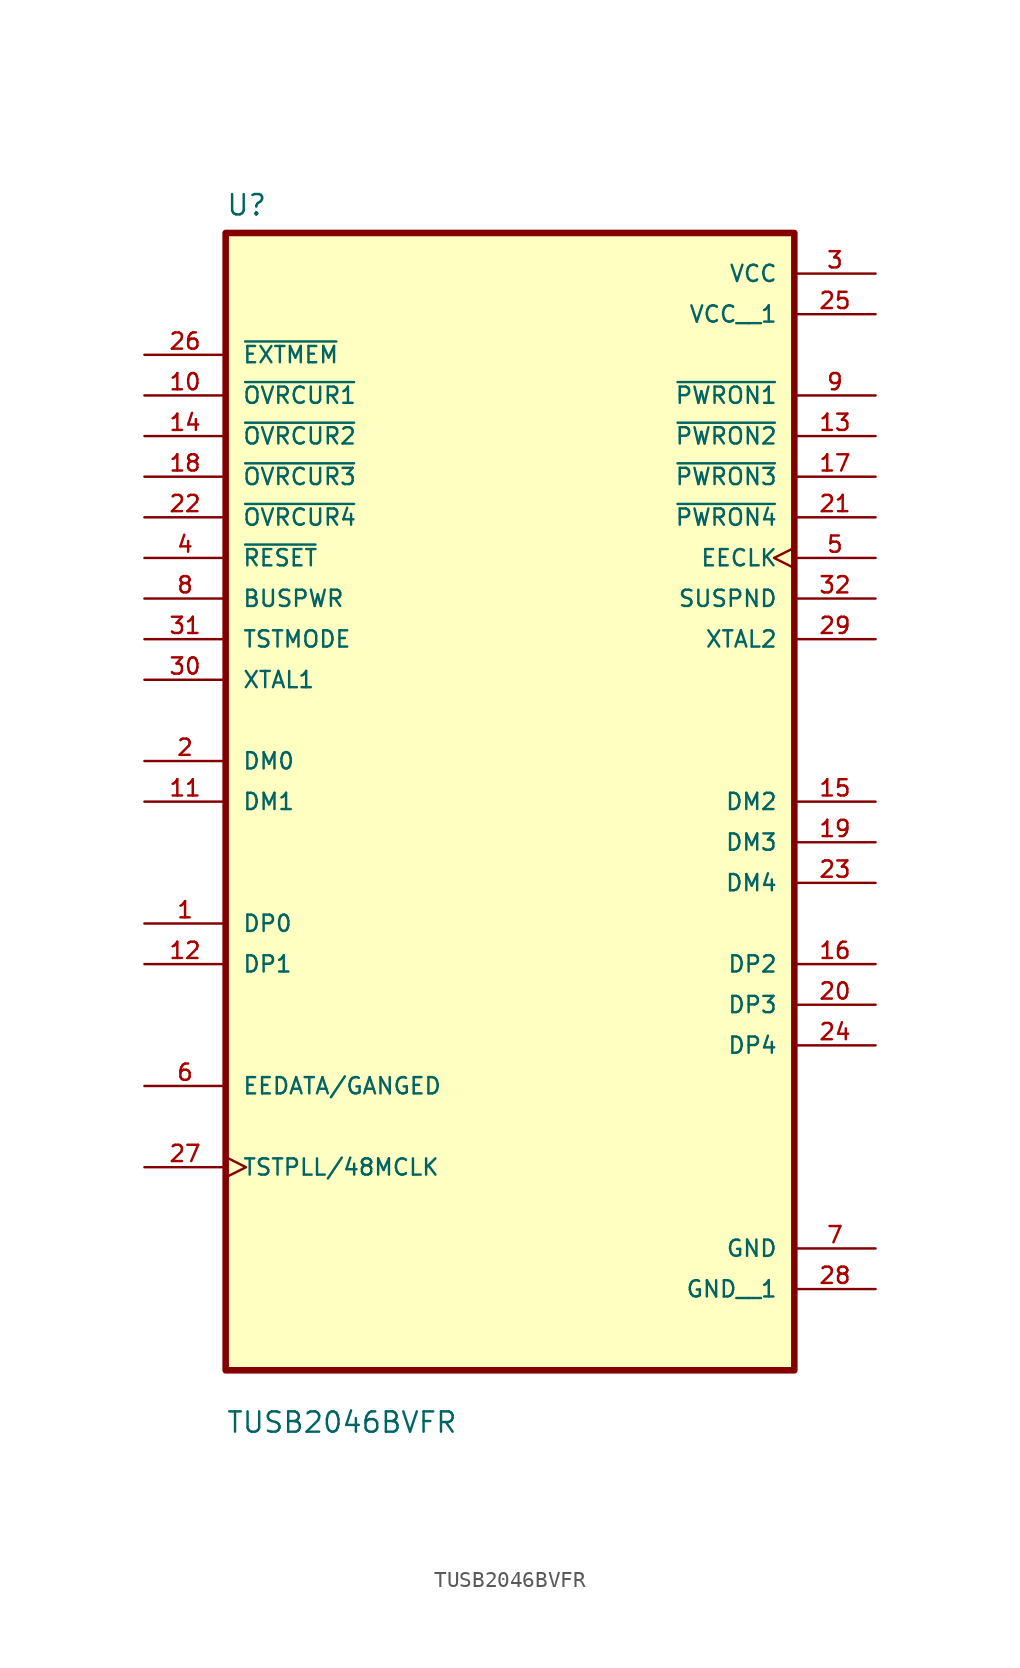
<source format=kicad_sym>
(kicad_symbol_lib
  (version 20211014)
  (generator kicad_symbol_editor)
  (symbol "TUSB2046BVFR"
    (pin_names
      (offset 1.016))
    (property "Reference" "U"
      (at -17.78 34.02 0.0)
      (effects (font (size 1.27 1.27)) (justify bottom left)))
    (property "Value" "TUSB2046BVFR"
      (at -17.78 -42.1 0.0)
      (effects (font (size 1.27 1.27)) (justify bottom left)))
    (symbol "TUSB2046BVFR_0_0"
      (rectangle (start -17.78 -38.1) (end 17.78 33.02) (stroke (width 0.41)) (fill (type background)))
      (pin input line (at -22.86 25.4 0) (length 5.08) (name "~{EXTMEM}" (effects (font (size 1.016 1.016)))) (number "26" (effects (font (size 1.016 1.016)))))
      (pin input line (at -22.86 22.86 0) (length 5.08) (name "~{OVRCUR1}" (effects (font (size 1.016 1.016)))) (number "10" (effects (font (size 1.016 1.016)))))
      (pin input line (at -22.86 20.32 0) (length 5.08) (name "~{OVRCUR2}" (effects (font (size 1.016 1.016)))) (number "14" (effects (font (size 1.016 1.016)))))
      (pin input line (at -22.86 17.78 0) (length 5.08) (name "~{OVRCUR3}" (effects (font (size 1.016 1.016)))) (number "18" (effects (font (size 1.016 1.016)))))
      (pin input line (at -22.86 15.24 0) (length 5.08) (name "~{OVRCUR4}" (effects (font (size 1.016 1.016)))) (number "22" (effects (font (size 1.016 1.016)))))
      (pin input line (at -22.86 12.7 0) (length 5.08) (name "~{RESET}" (effects (font (size 1.016 1.016)))) (number "4" (effects (font (size 1.016 1.016)))))
      (pin input line (at -22.86 10.16 0) (length 5.08) (name "BUSPWR" (effects (font (size 1.016 1.016)))) (number "8" (effects (font (size 1.016 1.016)))))
      (pin input line (at -22.86 7.62 0) (length 5.08) (name "TSTMODE" (effects (font (size 1.016 1.016)))) (number "31" (effects (font (size 1.016 1.016)))))
      (pin input line (at -22.86 5.08 0) (length 5.08) (name "XTAL1" (effects (font (size 1.016 1.016)))) (number "30" (effects (font (size 1.016 1.016)))))
      (pin bidirectional line (at -22.86 1.06581e-14 0) (length 5.08) (name "DM0" (effects (font (size 1.016 1.016)))) (number "2" (effects (font (size 1.016 1.016)))))
      (pin bidirectional line (at -22.86 -2.54 0) (length 5.08) (name "DM1" (effects (font (size 1.016 1.016)))) (number "11" (effects (font (size 1.016 1.016)))))
      (pin bidirectional line (at -22.86 -10.16 0) (length 5.08) (name "DP0" (effects (font (size 1.016 1.016)))) (number "1" (effects (font (size 1.016 1.016)))))
      (pin bidirectional line (at -22.86 -12.7 0) (length 5.08) (name "DP1" (effects (font (size 1.016 1.016)))) (number "12" (effects (font (size 1.016 1.016)))))
      (pin bidirectional line (at -22.86 -20.32 0) (length 5.08) (name "EEDATA/GANGED" (effects (font (size 1.016 1.016)))) (number "6" (effects (font (size 1.016 1.016)))))
      (pin bidirectional clock (at -22.86 -25.4 0) (length 5.08) (name "TSTPLL/48MCLK" (effects (font (size 1.016 1.016)))) (number "27" (effects (font (size 1.016 1.016)))))
      (pin power_in line (at 22.86 30.48 180.0) (length 5.08) (name "VCC" (effects (font (size 1.016 1.016)))) (number "3" (effects (font (size 1.016 1.016)))))
      (pin output line (at 22.86 22.86 180.0) (length 5.08) (name "~{PWRON1}" (effects (font (size 1.016 1.016)))) (number "9" (effects (font (size 1.016 1.016)))))
      (pin output line (at 22.86 20.32 180.0) (length 5.08) (name "~{PWRON2}" (effects (font (size 1.016 1.016)))) (number "13" (effects (font (size 1.016 1.016)))))
      (pin output line (at 22.86 17.78 180.0) (length 5.08) (name "~{PWRON3}" (effects (font (size 1.016 1.016)))) (number "17" (effects (font (size 1.016 1.016)))))
      (pin output line (at 22.86 15.24 180.0) (length 5.08) (name "~{PWRON4}" (effects (font (size 1.016 1.016)))) (number "21" (effects (font (size 1.016 1.016)))))
      (pin output clock (at 22.86 12.7 180.0) (length 5.08) (name "EECLK" (effects (font (size 1.016 1.016)))) (number "5" (effects (font (size 1.016 1.016)))))
      (pin output line (at 22.86 10.16 180.0) (length 5.08) (name "SUSPND" (effects (font (size 1.016 1.016)))) (number "32" (effects (font (size 1.016 1.016)))))
      (pin output line (at 22.86 7.62 180.0) (length 5.08) (name "XTAL2" (effects (font (size 1.016 1.016)))) (number "29" (effects (font (size 1.016 1.016)))))
      (pin bidirectional line (at 22.86 -2.54 180.0) (length 5.08) (name "DM2" (effects (font (size 1.016 1.016)))) (number "15" (effects (font (size 1.016 1.016)))))
      (pin bidirectional line (at 22.86 -5.08 180.0) (length 5.08) (name "DM3" (effects (font (size 1.016 1.016)))) (number "19" (effects (font (size 1.016 1.016)))))
      (pin bidirectional line (at 22.86 -7.62 180.0) (length 5.08) (name "DM4" (effects (font (size 1.016 1.016)))) (number "23" (effects (font (size 1.016 1.016)))))
      (pin bidirectional line (at 22.86 -12.7 180.0) (length 5.08) (name "DP2" (effects (font (size 1.016 1.016)))) (number "16" (effects (font (size 1.016 1.016)))))
      (pin bidirectional line (at 22.86 -15.24 180.0) (length 5.08) (name "DP3" (effects (font (size 1.016 1.016)))) (number "20" (effects (font (size 1.016 1.016)))))
      (pin bidirectional line (at 22.86 -17.78 180.0) (length 5.08) (name "DP4" (effects (font (size 1.016 1.016)))) (number "24" (effects (font (size 1.016 1.016)))))
      (pin power_in line (at 22.86 -30.48 180.0) (length 5.08) (name "GND" (effects (font (size 1.016 1.016)))) (number "7" (effects (font (size 1.016 1.016)))))
      (pin power_in line (at 22.86 27.94 180.0) (length 5.08) (name "VCC__1" (effects (font (size 1.016 1.016)))) (number "25" (effects (font (size 1.016 1.016)))))
      (pin power_in line (at 22.86 -33.02 180.0) (length 5.08) (name "GND__1" (effects (font (size 1.016 1.016)))) (number "28" (effects (font (size 1.016 1.016))))))))
</source>
